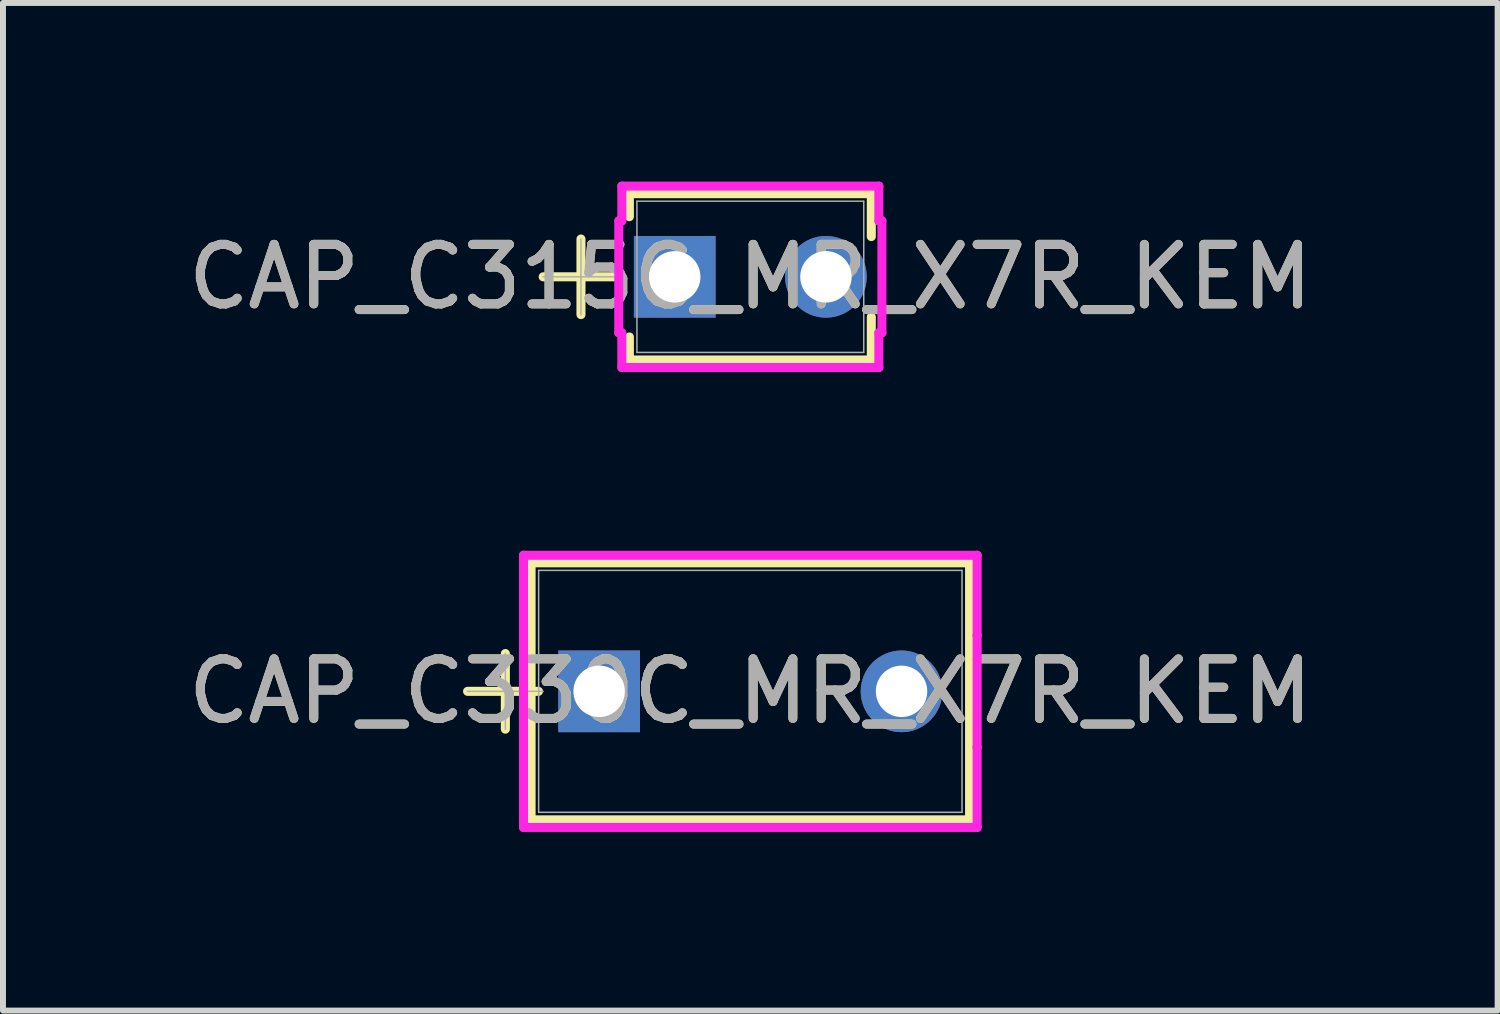
<source format=kicad_pcb>
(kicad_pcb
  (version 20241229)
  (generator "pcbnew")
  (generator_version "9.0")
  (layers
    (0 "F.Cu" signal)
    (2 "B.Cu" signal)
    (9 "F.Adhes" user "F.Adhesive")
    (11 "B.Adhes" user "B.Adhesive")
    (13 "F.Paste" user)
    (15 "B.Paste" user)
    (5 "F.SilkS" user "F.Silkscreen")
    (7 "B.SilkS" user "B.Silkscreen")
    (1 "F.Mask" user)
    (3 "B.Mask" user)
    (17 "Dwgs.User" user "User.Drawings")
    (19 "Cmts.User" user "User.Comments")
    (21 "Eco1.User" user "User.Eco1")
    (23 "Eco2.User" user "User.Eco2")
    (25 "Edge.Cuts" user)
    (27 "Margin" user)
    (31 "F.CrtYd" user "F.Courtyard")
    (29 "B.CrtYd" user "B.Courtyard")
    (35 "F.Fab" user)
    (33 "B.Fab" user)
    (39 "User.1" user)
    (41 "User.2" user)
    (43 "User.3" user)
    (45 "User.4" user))
  (footprint "CAP_C315C_MR_X7R_KEM"
    (layer "F.Cu")
    (at 8.284 1.6)
    (property "Reference" "CAP_C315C_MR_X7R_KEM" (at 1.27 0 0) (unlocked yes) (layer "F.SilkS") (effects (font (size 1 1) (thickness 0.15))))
    (attr through_hole)
    (fp_line (start -2.21 0) (end -1.019 0) (stroke (width 0.152) (type solid)) (layer "F.SilkS"))
    (fp_line (start -1.575 -0.635) (end -1.575 0.635) (stroke (width 0.152) (type solid)) (layer "F.SilkS"))
    (fp_line (start -0.762 -1.397) (end -0.762 -1.01) (stroke (width 0.152) (type solid)) (layer "F.SilkS"))
    (fp_line (start -0.762 1.01) (end -0.762 1.397) (stroke (width 0.152) (type solid)) (layer "F.SilkS"))
    (fp_line (start -0.762 1.397) (end 3.302 1.397) (stroke (width 0.152) (type solid)) (layer "F.SilkS"))
    (fp_line (start 3.302 -1.397) (end -0.762 -1.397) (stroke (width 0.152) (type solid)) (layer "F.SilkS"))
    (fp_line (start 3.302 -0.676) (end 3.302 -1.397) (stroke (width 0.152) (type solid)) (layer "F.SilkS"))
    (fp_line (start 3.302 1.397) (end 3.302 0.676) (stroke (width 0.152) (type solid)) (layer "F.SilkS"))
    (fp_line (start -0.94 -0.94) (end -0.889 -0.94) (stroke (width 0.152) (type solid)) (layer "F.CrtYd"))
    (fp_line (start -0.94 0.94) (end -0.94 -0.94) (stroke (width 0.152) (type solid)) (layer "F.CrtYd"))
    (fp_line (start -0.889 -1.524) (end 3.429 -1.524) (stroke (width 0.152) (type solid)) (layer "F.CrtYd"))
    (fp_line (start -0.889 -0.94) (end -0.889 -1.524) (stroke (width 0.152) (type solid)) (layer "F.CrtYd"))
    (fp_line (start -0.889 0.94) (end -0.94 0.94) (stroke (width 0.152) (type solid)) (layer "F.CrtYd"))
    (fp_line (start -0.889 1.524) (end -0.889 0.94) (stroke (width 0.152) (type solid)) (layer "F.CrtYd"))
    (fp_line (start 3.429 -1.524) (end 3.429 -0.94) (stroke (width 0.152) (type solid)) (layer "F.CrtYd"))
    (fp_line (start 3.429 -0.94) (end 3.48 -0.94) (stroke (width 0.152) (type solid)) (layer "F.CrtYd"))
    (fp_line (start 3.429 0.94) (end 3.429 1.524) (stroke (width 0.152) (type solid)) (layer "F.CrtYd"))
    (fp_line (start 3.429 1.524) (end -0.889 1.524) (stroke (width 0.152) (type solid)) (layer "F.CrtYd"))
    (fp_line (start 3.48 -0.94) (end 3.48 0.94) (stroke (width 0.152) (type solid)) (layer "F.CrtYd"))
    (fp_line (start 3.48 0.94) (end 3.429 0.94) (stroke (width 0.152) (type solid)) (layer "F.CrtYd"))
    (fp_line (start -2.21 0) (end -0.94 0) (stroke (width 0.025) (type solid)) (layer "F.Fab"))
    (fp_line (start -1.575 -0.635) (end -1.575 0.635) (stroke (width 0.025) (type solid)) (layer "F.Fab"))
    (fp_line (start -0.635 -1.27) (end -0.635 1.27) (stroke (width 0.025) (type solid)) (layer "F.Fab"))
    (fp_line (start -0.635 1.27) (end 3.175 1.27) (stroke (width 0.025) (type solid)) (layer "F.Fab"))
    (fp_line (start 3.175 -1.27) (end -0.635 -1.27) (stroke (width 0.025) (type solid)) (layer "F.Fab"))
    (fp_line (start 3.175 1.27) (end 3.175 -1.27) (stroke (width 0.025) (type solid)) (layer "F.Fab"))
    (fp_text user "${REFERENCE}" (at 1.27 0 0) (unlocked yes) (layer "F.Fab") (effects (font (size 1 1) (thickness 0.15))))
    (pad "1" thru_hole rect (at 0 0) (size 1.372 1.372) (drill 0.864) (layers "*.Cu" "*.Mask"))
    (pad "2" thru_hole circle (at 2.54 0) (size 1.372 1.372) (drill 0.864) (layers "*.Cu" "*.Mask")))
  (footprint "CAP_C330C_MR_X7R_KEM"
    (layer "F.Cu")
    (at 7.014 8.563)
    (property "Reference" "CAP_C330C_MR_X7R_KEM" (at 2.54 0 0) (unlocked yes) (layer "F.SilkS") (effects (font (size 1 1) (thickness 0.15))))
    (attr through_hole)
    (fp_line (start -2.21 0) (end -1.019 0) (stroke (width 0.152) (type solid)) (layer "F.SilkS"))
    (fp_line (start -1.575 -0.635) (end -1.575 0.635) (stroke (width 0.152) (type solid)) (layer "F.SilkS"))
    (fp_line (start -1.143 -2.159) (end -1.143 2.159) (stroke (width 0.152) (type solid)) (layer "F.SilkS"))
    (fp_line (start -1.143 2.159) (end 6.223 2.159) (stroke (width 0.152) (type solid)) (layer "F.SilkS"))
    (fp_line (start 6.223 -2.159) (end -1.143 -2.159) (stroke (width 0.152) (type solid)) (layer "F.SilkS"))
    (fp_line (start 6.223 2.159) (end 6.223 -2.159) (stroke (width 0.152) (type solid)) (layer "F.SilkS"))
    (fp_line (start -1.27 -2.286) (end 6.35 -2.286) (stroke (width 0.152) (type solid)) (layer "F.CrtYd"))
    (fp_line (start -1.27 -0.94) (end -1.27 -2.286) (stroke (width 0.152) (type solid)) (layer "F.CrtYd"))
    (fp_line (start -1.27 -0.94) (end -1.27 -0.94) (stroke (width 0.152) (type solid)) (layer "F.CrtYd"))
    (fp_line (start -1.27 0.94) (end -1.27 -0.94) (stroke (width 0.152) (type solid)) (layer "F.CrtYd"))
    (fp_line (start -1.27 0.94) (end -1.27 0.94) (stroke (width 0.152) (type solid)) (layer "F.CrtYd"))
    (fp_line (start -1.27 2.286) (end -1.27 0.94) (stroke (width 0.152) (type solid)) (layer "F.CrtYd"))
    (fp_line (start 6.35 -2.286) (end 6.35 -0.94) (stroke (width 0.152) (type solid)) (layer "F.CrtYd"))
    (fp_line (start 6.35 -0.94) (end 6.35 -0.94) (stroke (width 0.152) (type solid)) (layer "F.CrtYd"))
    (fp_line (start 6.35 -0.94) (end 6.35 0.94) (stroke (width 0.152) (type solid)) (layer "F.CrtYd"))
    (fp_line (start 6.35 0.94) (end 6.35 0.94) (stroke (width 0.152) (type solid)) (layer "F.CrtYd"))
    (fp_line (start 6.35 0.94) (end 6.35 2.286) (stroke (width 0.152) (type solid)) (layer "F.CrtYd"))
    (fp_line (start 6.35 2.286) (end -1.27 2.286) (stroke (width 0.152) (type solid)) (layer "F.CrtYd"))
    (fp_line (start -2.21 0) (end -0.94 0) (stroke (width 0.025) (type solid)) (layer "F.Fab"))
    (fp_line (start -1.575 -0.635) (end -1.575 0.635) (stroke (width 0.025) (type solid)) (layer "F.Fab"))
    (fp_line (start -1.016 -2.032) (end -1.016 2.032) (stroke (width 0.025) (type solid)) (layer "F.Fab"))
    (fp_line (start -1.016 2.032) (end 6.096 2.032) (stroke (width 0.025) (type solid)) (layer "F.Fab"))
    (fp_line (start 6.096 -2.032) (end -1.016 -2.032) (stroke (width 0.025) (type solid)) (layer "F.Fab"))
    (fp_line (start 6.096 2.032) (end 6.096 -2.032) (stroke (width 0.025) (type solid)) (layer "F.Fab"))
    (fp_text user "${REFERENCE}" (at 2.54 0 0) (unlocked yes) (layer "F.Fab") (effects (font (size 1 1) (thickness 0.15))))
    (pad "1" thru_hole rect (at 0 0) (size 1.372 1.372) (drill 0.864) (layers "*.Cu" "*.Mask"))
    (pad "2" thru_hole circle (at 5.08 0) (size 1.372 1.372) (drill 0.864) (layers "*.Cu" "*.Mask")))
  (gr_rect
    (start -3 -3)
    (end 22.107 13.925)
    (stroke (width 0.1) (type default))
    (fill no)
    (layer "Edge.Cuts")))
</source>
